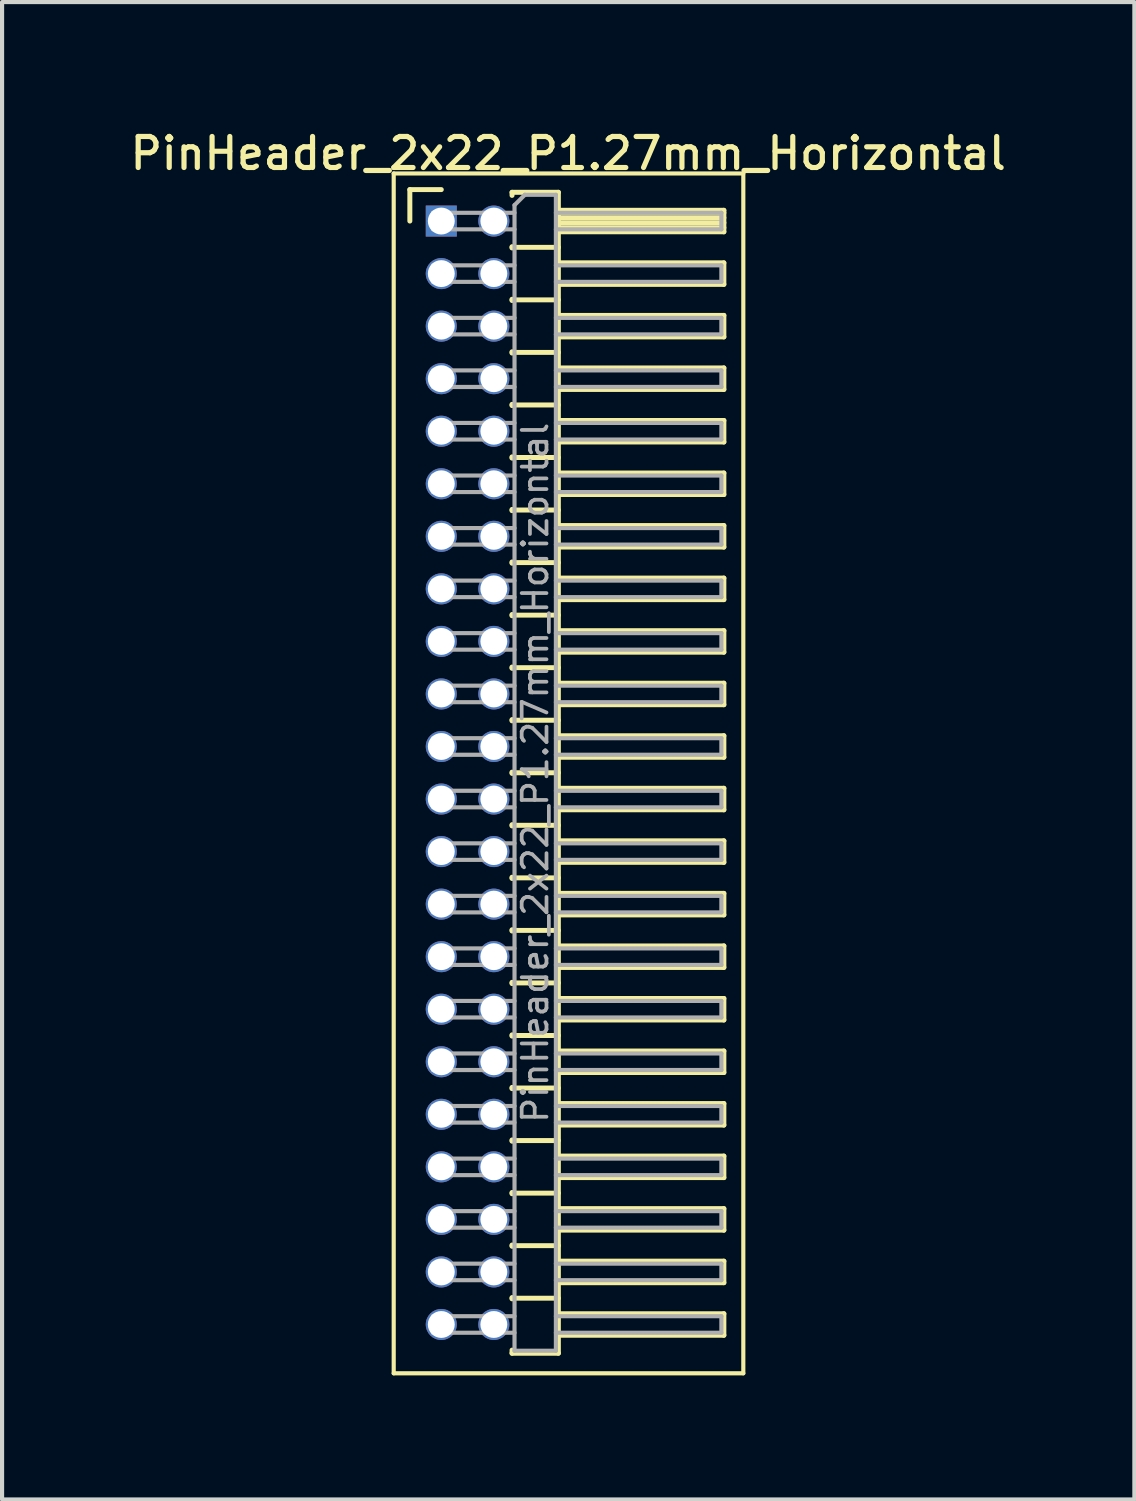
<source format=kicad_pcb>
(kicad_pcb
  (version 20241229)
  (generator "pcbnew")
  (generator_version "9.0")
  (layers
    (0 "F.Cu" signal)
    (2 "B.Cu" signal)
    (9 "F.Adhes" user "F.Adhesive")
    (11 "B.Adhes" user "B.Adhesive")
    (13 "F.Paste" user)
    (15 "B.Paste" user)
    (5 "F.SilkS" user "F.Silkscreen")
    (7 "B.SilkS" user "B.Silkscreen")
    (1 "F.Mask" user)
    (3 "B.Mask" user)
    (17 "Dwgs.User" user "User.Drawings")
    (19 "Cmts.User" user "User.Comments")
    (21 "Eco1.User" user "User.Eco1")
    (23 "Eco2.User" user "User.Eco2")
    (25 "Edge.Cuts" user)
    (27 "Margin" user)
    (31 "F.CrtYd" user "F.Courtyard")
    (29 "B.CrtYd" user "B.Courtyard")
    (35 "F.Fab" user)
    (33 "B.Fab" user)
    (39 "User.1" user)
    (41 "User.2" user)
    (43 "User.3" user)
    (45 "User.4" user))
  (footprint "PinHeader_2x22_P1.27mm_Horizontal"
    (layer "F.Cu")
    (at 7.616 2.293)
    (property "Reference" "PinHeader_2x22_P1.27mm_Horizontal" (at 3.067 -1.635 0) (layer "F.SilkS") (effects (font (size 0.75 0.75) (thickness 0.125))))
    (attr through_hole)
    (fp_line (start -1.15 -1.15) (end -1.15 27.85) (stroke (width 0.1) (type solid)) (layer "F.SilkS"))
    (fp_line (start -1.15 27.85) (end 7.3 27.85) (stroke (width 0.1) (type solid)) (layer "F.SilkS"))
    (fp_line (start -0.76 -0.76) (end 0 -0.76) (stroke (width 0.12) (type solid)) (layer "F.SilkS"))
    (fp_line (start -0.76 0) (end -0.76 -0.76) (stroke (width 0.12) (type solid)) (layer "F.SilkS"))
    (fp_line (start 1.71 -0.695) (end 2.83 -0.695) (stroke (width 0.12) (type solid)) (layer "F.SilkS"))
    (fp_line (start 1.71 -0.62) (end 1.71 -0.695) (stroke (width 0.12) (type solid)) (layer "F.SilkS"))
    (fp_line (start 1.71 0.62) (end 1.71 0.65) (stroke (width 0.12) (type solid)) (layer "F.SilkS"))
    (fp_line (start 1.71 0.635) (end 2.83 0.635) (stroke (width 0.12) (type solid)) (layer "F.SilkS"))
    (fp_line (start 1.71 1.89) (end 1.71 1.92) (stroke (width 0.12) (type solid)) (layer "F.SilkS"))
    (fp_line (start 1.71 1.905) (end 2.83 1.905) (stroke (width 0.12) (type solid)) (layer "F.SilkS"))
    (fp_line (start 1.71 3.16) (end 1.71 3.19) (stroke (width 0.12) (type solid)) (layer "F.SilkS"))
    (fp_line (start 1.71 3.175) (end 2.83 3.175) (stroke (width 0.12) (type solid)) (layer "F.SilkS"))
    (fp_line (start 1.71 4.43) (end 1.71 4.46) (stroke (width 0.12) (type solid)) (layer "F.SilkS"))
    (fp_line (start 1.71 4.445) (end 2.83 4.445) (stroke (width 0.12) (type solid)) (layer "F.SilkS"))
    (fp_line (start 1.71 5.7) (end 1.71 5.73) (stroke (width 0.12) (type solid)) (layer "F.SilkS"))
    (fp_line (start 1.71 5.715) (end 2.83 5.715) (stroke (width 0.12) (type solid)) (layer "F.SilkS"))
    (fp_line (start 1.71 6.97) (end 1.71 7) (stroke (width 0.12) (type solid)) (layer "F.SilkS"))
    (fp_line (start 1.71 6.985) (end 2.83 6.985) (stroke (width 0.12) (type solid)) (layer "F.SilkS"))
    (fp_line (start 1.71 8.24) (end 1.71 8.27) (stroke (width 0.12) (type solid)) (layer "F.SilkS"))
    (fp_line (start 1.71 8.255) (end 2.83 8.255) (stroke (width 0.12) (type solid)) (layer "F.SilkS"))
    (fp_line (start 1.71 9.51) (end 1.71 9.54) (stroke (width 0.12) (type solid)) (layer "F.SilkS"))
    (fp_line (start 1.71 9.525) (end 2.83 9.525) (stroke (width 0.12) (type solid)) (layer "F.SilkS"))
    (fp_line (start 1.71 10.78) (end 1.71 10.81) (stroke (width 0.12) (type solid)) (layer "F.SilkS"))
    (fp_line (start 1.71 10.795) (end 2.83 10.795) (stroke (width 0.12) (type solid)) (layer "F.SilkS"))
    (fp_line (start 1.71 12.05) (end 1.71 12.08) (stroke (width 0.12) (type solid)) (layer "F.SilkS"))
    (fp_line (start 1.71 12.065) (end 2.83 12.065) (stroke (width 0.12) (type solid)) (layer "F.SilkS"))
    (fp_line (start 1.71 13.32) (end 1.71 13.35) (stroke (width 0.12) (type solid)) (layer "F.SilkS"))
    (fp_line (start 1.71 13.335) (end 2.83 13.335) (stroke (width 0.12) (type solid)) (layer "F.SilkS"))
    (fp_line (start 1.71 14.59) (end 1.71 14.62) (stroke (width 0.12) (type solid)) (layer "F.SilkS"))
    (fp_line (start 1.71 14.605) (end 2.83 14.605) (stroke (width 0.12) (type solid)) (layer "F.SilkS"))
    (fp_line (start 1.71 15.86) (end 1.71 15.89) (stroke (width 0.12) (type solid)) (layer "F.SilkS"))
    (fp_line (start 1.71 15.875) (end 2.83 15.875) (stroke (width 0.12) (type solid)) (layer "F.SilkS"))
    (fp_line (start 1.71 17.13) (end 1.71 17.16) (stroke (width 0.12) (type solid)) (layer "F.SilkS"))
    (fp_line (start 1.71 17.145) (end 2.83 17.145) (stroke (width 0.12) (type solid)) (layer "F.SilkS"))
    (fp_line (start 1.71 18.4) (end 1.71 18.43) (stroke (width 0.12) (type solid)) (layer "F.SilkS"))
    (fp_line (start 1.71 18.415) (end 2.83 18.415) (stroke (width 0.12) (type solid)) (layer "F.SilkS"))
    (fp_line (start 1.71 19.67) (end 1.71 19.7) (stroke (width 0.12) (type solid)) (layer "F.SilkS"))
    (fp_line (start 1.71 19.685) (end 2.83 19.685) (stroke (width 0.12) (type solid)) (layer "F.SilkS"))
    (fp_line (start 1.71 20.94) (end 1.71 20.97) (stroke (width 0.12) (type solid)) (layer "F.SilkS"))
    (fp_line (start 1.71 20.955) (end 2.83 20.955) (stroke (width 0.12) (type solid)) (layer "F.SilkS"))
    (fp_line (start 1.71 22.21) (end 1.71 22.24) (stroke (width 0.12) (type solid)) (layer "F.SilkS"))
    (fp_line (start 1.71 22.225) (end 2.83 22.225) (stroke (width 0.12) (type solid)) (layer "F.SilkS"))
    (fp_line (start 1.71 23.48) (end 1.71 23.51) (stroke (width 0.12) (type solid)) (layer "F.SilkS"))
    (fp_line (start 1.71 23.495) (end 2.83 23.495) (stroke (width 0.12) (type solid)) (layer "F.SilkS"))
    (fp_line (start 1.71 24.75) (end 1.71 24.78) (stroke (width 0.12) (type solid)) (layer "F.SilkS"))
    (fp_line (start 1.71 24.765) (end 2.83 24.765) (stroke (width 0.12) (type solid)) (layer "F.SilkS"))
    (fp_line (start 1.71 26.02) (end 1.71 26.05) (stroke (width 0.12) (type solid)) (layer "F.SilkS"))
    (fp_line (start 1.71 26.035) (end 2.83 26.035) (stroke (width 0.12) (type solid)) (layer "F.SilkS"))
    (fp_line (start 1.71 27.365) (end 1.71 27.29) (stroke (width 0.12) (type solid)) (layer "F.SilkS"))
    (fp_line (start 2.83 -0.695) (end 2.83 27.365) (stroke (width 0.12) (type solid)) (layer "F.SilkS"))
    (fp_line (start 2.83 -0.26) (end 6.83 -0.26) (stroke (width 0.12) (type solid)) (layer "F.SilkS"))
    (fp_line (start 2.83 -0.2) (end 6.83 -0.2) (stroke (width 0.12) (type solid)) (layer "F.SilkS"))
    (fp_line (start 2.83 -0.08) (end 6.83 -0.08) (stroke (width 0.12) (type solid)) (layer "F.SilkS"))
    (fp_line (start 2.83 0.04) (end 6.83 0.04) (stroke (width 0.12) (type solid)) (layer "F.SilkS"))
    (fp_line (start 2.83 0.16) (end 6.83 0.16) (stroke (width 0.12) (type solid)) (layer "F.SilkS"))
    (fp_line (start 2.83 1.01) (end 6.83 1.01) (stroke (width 0.12) (type solid)) (layer "F.SilkS"))
    (fp_line (start 2.83 2.28) (end 6.83 2.28) (stroke (width 0.12) (type solid)) (layer "F.SilkS"))
    (fp_line (start 2.83 3.55) (end 6.83 3.55) (stroke (width 0.12) (type solid)) (layer "F.SilkS"))
    (fp_line (start 2.83 4.82) (end 6.83 4.82) (stroke (width 0.12) (type solid)) (layer "F.SilkS"))
    (fp_line (start 2.83 6.09) (end 6.83 6.09) (stroke (width 0.12) (type solid)) (layer "F.SilkS"))
    (fp_line (start 2.83 7.36) (end 6.83 7.36) (stroke (width 0.12) (type solid)) (layer "F.SilkS"))
    (fp_line (start 2.83 8.63) (end 6.83 8.63) (stroke (width 0.12) (type solid)) (layer "F.SilkS"))
    (fp_line (start 2.83 9.9) (end 6.83 9.9) (stroke (width 0.12) (type solid)) (layer "F.SilkS"))
    (fp_line (start 2.83 11.17) (end 6.83 11.17) (stroke (width 0.12) (type solid)) (layer "F.SilkS"))
    (fp_line (start 2.83 12.44) (end 6.83 12.44) (stroke (width 0.12) (type solid)) (layer "F.SilkS"))
    (fp_line (start 2.83 13.71) (end 6.83 13.71) (stroke (width 0.12) (type solid)) (layer "F.SilkS"))
    (fp_line (start 2.83 14.98) (end 6.83 14.98) (stroke (width 0.12) (type solid)) (layer "F.SilkS"))
    (fp_line (start 2.83 16.25) (end 6.83 16.25) (stroke (width 0.12) (type solid)) (layer "F.SilkS"))
    (fp_line (start 2.83 17.52) (end 6.83 17.52) (stroke (width 0.12) (type solid)) (layer "F.SilkS"))
    (fp_line (start 2.83 18.79) (end 6.83 18.79) (stroke (width 0.12) (type solid)) (layer "F.SilkS"))
    (fp_line (start 2.83 20.06) (end 6.83 20.06) (stroke (width 0.12) (type solid)) (layer "F.SilkS"))
    (fp_line (start 2.83 21.33) (end 6.83 21.33) (stroke (width 0.12) (type solid)) (layer "F.SilkS"))
    (fp_line (start 2.83 22.6) (end 6.83 22.6) (stroke (width 0.12) (type solid)) (layer "F.SilkS"))
    (fp_line (start 2.83 23.87) (end 6.83 23.87) (stroke (width 0.12) (type solid)) (layer "F.SilkS"))
    (fp_line (start 2.83 25.14) (end 6.83 25.14) (stroke (width 0.12) (type solid)) (layer "F.SilkS"))
    (fp_line (start 2.83 26.41) (end 6.83 26.41) (stroke (width 0.12) (type solid)) (layer "F.SilkS"))
    (fp_line (start 2.83 27.365) (end 1.71 27.365) (stroke (width 0.12) (type solid)) (layer "F.SilkS"))
    (fp_line (start 6.83 -0.26) (end 6.83 0.26) (stroke (width 0.12) (type solid)) (layer "F.SilkS"))
    (fp_line (start 6.83 0.26) (end 2.83 0.26) (stroke (width 0.12) (type solid)) (layer "F.SilkS"))
    (fp_line (start 6.83 1.01) (end 6.83 1.53) (stroke (width 0.12) (type solid)) (layer "F.SilkS"))
    (fp_line (start 6.83 1.53) (end 2.83 1.53) (stroke (width 0.12) (type solid)) (layer "F.SilkS"))
    (fp_line (start 6.83 2.28) (end 6.83 2.8) (stroke (width 0.12) (type solid)) (layer "F.SilkS"))
    (fp_line (start 6.83 2.8) (end 2.83 2.8) (stroke (width 0.12) (type solid)) (layer "F.SilkS"))
    (fp_line (start 6.83 3.55) (end 6.83 4.07) (stroke (width 0.12) (type solid)) (layer "F.SilkS"))
    (fp_line (start 6.83 4.07) (end 2.83 4.07) (stroke (width 0.12) (type solid)) (layer "F.SilkS"))
    (fp_line (start 6.83 4.82) (end 6.83 5.34) (stroke (width 0.12) (type solid)) (layer "F.SilkS"))
    (fp_line (start 6.83 5.34) (end 2.83 5.34) (stroke (width 0.12) (type solid)) (layer "F.SilkS"))
    (fp_line (start 6.83 6.09) (end 6.83 6.61) (stroke (width 0.12) (type solid)) (layer "F.SilkS"))
    (fp_line (start 6.83 6.61) (end 2.83 6.61) (stroke (width 0.12) (type solid)) (layer "F.SilkS"))
    (fp_line (start 6.83 7.36) (end 6.83 7.88) (stroke (width 0.12) (type solid)) (layer "F.SilkS"))
    (fp_line (start 6.83 7.88) (end 2.83 7.88) (stroke (width 0.12) (type solid)) (layer "F.SilkS"))
    (fp_line (start 6.83 8.63) (end 6.83 9.15) (stroke (width 0.12) (type solid)) (layer "F.SilkS"))
    (fp_line (start 6.83 9.15) (end 2.83 9.15) (stroke (width 0.12) (type solid)) (layer "F.SilkS"))
    (fp_line (start 6.83 9.9) (end 6.83 10.42) (stroke (width 0.12) (type solid)) (layer "F.SilkS"))
    (fp_line (start 6.83 10.42) (end 2.83 10.42) (stroke (width 0.12) (type solid)) (layer "F.SilkS"))
    (fp_line (start 6.83 11.17) (end 6.83 11.69) (stroke (width 0.12) (type solid)) (layer "F.SilkS"))
    (fp_line (start 6.83 11.69) (end 2.83 11.69) (stroke (width 0.12) (type solid)) (layer "F.SilkS"))
    (fp_line (start 6.83 12.44) (end 6.83 12.96) (stroke (width 0.12) (type solid)) (layer "F.SilkS"))
    (fp_line (start 6.83 12.96) (end 2.83 12.96) (stroke (width 0.12) (type solid)) (layer "F.SilkS"))
    (fp_line (start 6.83 13.71) (end 6.83 14.23) (stroke (width 0.12) (type solid)) (layer "F.SilkS"))
    (fp_line (start 6.83 14.23) (end 2.83 14.23) (stroke (width 0.12) (type solid)) (layer "F.SilkS"))
    (fp_line (start 6.83 14.98) (end 6.83 15.5) (stroke (width 0.12) (type solid)) (layer "F.SilkS"))
    (fp_line (start 6.83 15.5) (end 2.83 15.5) (stroke (width 0.12) (type solid)) (layer "F.SilkS"))
    (fp_line (start 6.83 16.25) (end 6.83 16.77) (stroke (width 0.12) (type solid)) (layer "F.SilkS"))
    (fp_line (start 6.83 16.77) (end 2.83 16.77) (stroke (width 0.12) (type solid)) (layer "F.SilkS"))
    (fp_line (start 6.83 17.52) (end 6.83 18.04) (stroke (width 0.12) (type solid)) (layer "F.SilkS"))
    (fp_line (start 6.83 18.04) (end 2.83 18.04) (stroke (width 0.12) (type solid)) (layer "F.SilkS"))
    (fp_line (start 6.83 18.79) (end 6.83 19.31) (stroke (width 0.12) (type solid)) (layer "F.SilkS"))
    (fp_line (start 6.83 19.31) (end 2.83 19.31) (stroke (width 0.12) (type solid)) (layer "F.SilkS"))
    (fp_line (start 6.83 20.06) (end 6.83 20.58) (stroke (width 0.12) (type solid)) (layer "F.SilkS"))
    (fp_line (start 6.83 20.58) (end 2.83 20.58) (stroke (width 0.12) (type solid)) (layer "F.SilkS"))
    (fp_line (start 6.83 21.33) (end 6.83 21.85) (stroke (width 0.12) (type solid)) (layer "F.SilkS"))
    (fp_line (start 6.83 21.85) (end 2.83 21.85) (stroke (width 0.12) (type solid)) (layer "F.SilkS"))
    (fp_line (start 6.83 22.6) (end 6.83 23.12) (stroke (width 0.12) (type solid)) (layer "F.SilkS"))
    (fp_line (start 6.83 23.12) (end 2.83 23.12) (stroke (width 0.12) (type solid)) (layer "F.SilkS"))
    (fp_line (start 6.83 23.87) (end 6.83 24.39) (stroke (width 0.12) (type solid)) (layer "F.SilkS"))
    (fp_line (start 6.83 24.39) (end 2.83 24.39) (stroke (width 0.12) (type solid)) (layer "F.SilkS"))
    (fp_line (start 6.83 25.14) (end 6.83 25.66) (stroke (width 0.12) (type solid)) (layer "F.SilkS"))
    (fp_line (start 6.83 25.66) (end 2.83 25.66) (stroke (width 0.12) (type solid)) (layer "F.SilkS"))
    (fp_line (start 6.83 26.41) (end 6.83 26.93) (stroke (width 0.12) (type solid)) (layer "F.SilkS"))
    (fp_line (start 6.83 26.93) (end 2.83 26.93) (stroke (width 0.12) (type solid)) (layer "F.SilkS"))
    (fp_line (start 7.3 -1.15) (end -1.15 -1.15) (stroke (width 0.1) (type solid)) (layer "F.SilkS"))
    (fp_line (start 7.3 27.85) (end 7.3 -1.15) (stroke (width 0.1) (type solid)) (layer "F.SilkS"))
    (fp_line (start -0.2 -0.2) (end -0.2 0.2) (stroke (width 0.1) (type solid)) (layer "F.Fab"))
    (fp_line (start -0.2 -0.2) (end 1.77 -0.2) (stroke (width 0.1) (type solid)) (layer "F.Fab"))
    (fp_line (start -0.2 0.2) (end 1.77 0.2) (stroke (width 0.1) (type solid)) (layer "F.Fab"))
    (fp_line (start -0.2 1.07) (end -0.2 1.47) (stroke (width 0.1) (type solid)) (layer "F.Fab"))
    (fp_line (start -0.2 1.07) (end 1.77 1.07) (stroke (width 0.1) (type solid)) (layer "F.Fab"))
    (fp_line (start -0.2 1.47) (end 1.77 1.47) (stroke (width 0.1) (type solid)) (layer "F.Fab"))
    (fp_line (start -0.2 2.34) (end -0.2 2.74) (stroke (width 0.1) (type solid)) (layer "F.Fab"))
    (fp_line (start -0.2 2.34) (end 1.77 2.34) (stroke (width 0.1) (type solid)) (layer "F.Fab"))
    (fp_line (start -0.2 2.74) (end 1.77 2.74) (stroke (width 0.1) (type solid)) (layer "F.Fab"))
    (fp_line (start -0.2 3.61) (end -0.2 4.01) (stroke (width 0.1) (type solid)) (layer "F.Fab"))
    (fp_line (start -0.2 3.61) (end 1.77 3.61) (stroke (width 0.1) (type solid)) (layer "F.Fab"))
    (fp_line (start -0.2 4.01) (end 1.77 4.01) (stroke (width 0.1) (type solid)) (layer "F.Fab"))
    (fp_line (start -0.2 4.88) (end -0.2 5.28) (stroke (width 0.1) (type solid)) (layer "F.Fab"))
    (fp_line (start -0.2 4.88) (end 1.77 4.88) (stroke (width 0.1) (type solid)) (layer "F.Fab"))
    (fp_line (start -0.2 5.28) (end 1.77 5.28) (stroke (width 0.1) (type solid)) (layer "F.Fab"))
    (fp_line (start -0.2 6.15) (end -0.2 6.55) (stroke (width 0.1) (type solid)) (layer "F.Fab"))
    (fp_line (start -0.2 6.15) (end 1.77 6.15) (stroke (width 0.1) (type solid)) (layer "F.Fab"))
    (fp_line (start -0.2 6.55) (end 1.77 6.55) (stroke (width 0.1) (type solid)) (layer "F.Fab"))
    (fp_line (start -0.2 7.42) (end -0.2 7.82) (stroke (width 0.1) (type solid)) (layer "F.Fab"))
    (fp_line (start -0.2 7.42) (end 1.77 7.42) (stroke (width 0.1) (type solid)) (layer "F.Fab"))
    (fp_line (start -0.2 7.82) (end 1.77 7.82) (stroke (width 0.1) (type solid)) (layer "F.Fab"))
    (fp_line (start -0.2 8.69) (end -0.2 9.09) (stroke (width 0.1) (type solid)) (layer "F.Fab"))
    (fp_line (start -0.2 8.69) (end 1.77 8.69) (stroke (width 0.1) (type solid)) (layer "F.Fab"))
    (fp_line (start -0.2 9.09) (end 1.77 9.09) (stroke (width 0.1) (type solid)) (layer "F.Fab"))
    (fp_line (start -0.2 9.96) (end -0.2 10.36) (stroke (width 0.1) (type solid)) (layer "F.Fab"))
    (fp_line (start -0.2 9.96) (end 1.77 9.96) (stroke (width 0.1) (type solid)) (layer "F.Fab"))
    (fp_line (start -0.2 10.36) (end 1.77 10.36) (stroke (width 0.1) (type solid)) (layer "F.Fab"))
    (fp_line (start -0.2 11.23) (end -0.2 11.63) (stroke (width 0.1) (type solid)) (layer "F.Fab"))
    (fp_line (start -0.2 11.23) (end 1.77 11.23) (stroke (width 0.1) (type solid)) (layer "F.Fab"))
    (fp_line (start -0.2 11.63) (end 1.77 11.63) (stroke (width 0.1) (type solid)) (layer "F.Fab"))
    (fp_line (start -0.2 12.5) (end -0.2 12.9) (stroke (width 0.1) (type solid)) (layer "F.Fab"))
    (fp_line (start -0.2 12.5) (end 1.77 12.5) (stroke (width 0.1) (type solid)) (layer "F.Fab"))
    (fp_line (start -0.2 12.9) (end 1.77 12.9) (stroke (width 0.1) (type solid)) (layer "F.Fab"))
    (fp_line (start -0.2 13.77) (end -0.2 14.17) (stroke (width 0.1) (type solid)) (layer "F.Fab"))
    (fp_line (start -0.2 13.77) (end 1.77 13.77) (stroke (width 0.1) (type solid)) (layer "F.Fab"))
    (fp_line (start -0.2 14.17) (end 1.77 14.17) (stroke (width 0.1) (type solid)) (layer "F.Fab"))
    (fp_line (start -0.2 15.04) (end -0.2 15.44) (stroke (width 0.1) (type solid)) (layer "F.Fab"))
    (fp_line (start -0.2 15.04) (end 1.77 15.04) (stroke (width 0.1) (type solid)) (layer "F.Fab"))
    (fp_line (start -0.2 15.44) (end 1.77 15.44) (stroke (width 0.1) (type solid)) (layer "F.Fab"))
    (fp_line (start -0.2 16.31) (end -0.2 16.71) (stroke (width 0.1) (type solid)) (layer "F.Fab"))
    (fp_line (start -0.2 16.31) (end 1.77 16.31) (stroke (width 0.1) (type solid)) (layer "F.Fab"))
    (fp_line (start -0.2 16.71) (end 1.77 16.71) (stroke (width 0.1) (type solid)) (layer "F.Fab"))
    (fp_line (start -0.2 17.58) (end -0.2 17.98) (stroke (width 0.1) (type solid)) (layer "F.Fab"))
    (fp_line (start -0.2 17.58) (end 1.77 17.58) (stroke (width 0.1) (type solid)) (layer "F.Fab"))
    (fp_line (start -0.2 17.98) (end 1.77 17.98) (stroke (width 0.1) (type solid)) (layer "F.Fab"))
    (fp_line (start -0.2 18.85) (end -0.2 19.25) (stroke (width 0.1) (type solid)) (layer "F.Fab"))
    (fp_line (start -0.2 18.85) (end 1.77 18.85) (stroke (width 0.1) (type solid)) (layer "F.Fab"))
    (fp_line (start -0.2 19.25) (end 1.77 19.25) (stroke (width 0.1) (type solid)) (layer "F.Fab"))
    (fp_line (start -0.2 20.12) (end -0.2 20.52) (stroke (width 0.1) (type solid)) (layer "F.Fab"))
    (fp_line (start -0.2 20.12) (end 1.77 20.12) (stroke (width 0.1) (type solid)) (layer "F.Fab"))
    (fp_line (start -0.2 20.52) (end 1.77 20.52) (stroke (width 0.1) (type solid)) (layer "F.Fab"))
    (fp_line (start -0.2 21.39) (end -0.2 21.79) (stroke (width 0.1) (type solid)) (layer "F.Fab"))
    (fp_line (start -0.2 21.39) (end 1.77 21.39) (stroke (width 0.1) (type solid)) (layer "F.Fab"))
    (fp_line (start -0.2 21.79) (end 1.77 21.79) (stroke (width 0.1) (type solid)) (layer "F.Fab"))
    (fp_line (start -0.2 22.66) (end -0.2 23.06) (stroke (width 0.1) (type solid)) (layer "F.Fab"))
    (fp_line (start -0.2 22.66) (end 1.77 22.66) (stroke (width 0.1) (type solid)) (layer "F.Fab"))
    (fp_line (start -0.2 23.06) (end 1.77 23.06) (stroke (width 0.1) (type solid)) (layer "F.Fab"))
    (fp_line (start -0.2 23.93) (end -0.2 24.33) (stroke (width 0.1) (type solid)) (layer "F.Fab"))
    (fp_line (start -0.2 23.93) (end 1.77 23.93) (stroke (width 0.1) (type solid)) (layer "F.Fab"))
    (fp_line (start -0.2 24.33) (end 1.77 24.33) (stroke (width 0.1) (type solid)) (layer "F.Fab"))
    (fp_line (start -0.2 25.2) (end -0.2 25.6) (stroke (width 0.1) (type solid)) (layer "F.Fab"))
    (fp_line (start -0.2 25.2) (end 1.77 25.2) (stroke (width 0.1) (type solid)) (layer "F.Fab"))
    (fp_line (start -0.2 25.6) (end 1.77 25.6) (stroke (width 0.1) (type solid)) (layer "F.Fab"))
    (fp_line (start -0.2 26.47) (end -0.2 26.87) (stroke (width 0.1) (type solid)) (layer "F.Fab"))
    (fp_line (start -0.2 26.47) (end 1.77 26.47) (stroke (width 0.1) (type solid)) (layer "F.Fab"))
    (fp_line (start -0.2 26.87) (end 1.77 26.87) (stroke (width 0.1) (type solid)) (layer "F.Fab"))
    (fp_line (start 1.77 -0.385) (end 2.02 -0.635) (stroke (width 0.1) (type solid)) (layer "F.Fab"))
    (fp_line (start 1.77 27.305) (end 1.77 -0.385) (stroke (width 0.1) (type solid)) (layer "F.Fab"))
    (fp_line (start 2.02 -0.635) (end 2.77 -0.635) (stroke (width 0.1) (type solid)) (layer "F.Fab"))
    (fp_line (start 2.77 -0.635) (end 2.77 27.305) (stroke (width 0.1) (type solid)) (layer "F.Fab"))
    (fp_line (start 2.77 -0.2) (end 6.77 -0.2) (stroke (width 0.1) (type solid)) (layer "F.Fab"))
    (fp_line (start 2.77 0.2) (end 6.77 0.2) (stroke (width 0.1) (type solid)) (layer "F.Fab"))
    (fp_line (start 2.77 1.07) (end 6.77 1.07) (stroke (width 0.1) (type solid)) (layer "F.Fab"))
    (fp_line (start 2.77 1.47) (end 6.77 1.47) (stroke (width 0.1) (type solid)) (layer "F.Fab"))
    (fp_line (start 2.77 2.34) (end 6.77 2.34) (stroke (width 0.1) (type solid)) (layer "F.Fab"))
    (fp_line (start 2.77 2.74) (end 6.77 2.74) (stroke (width 0.1) (type solid)) (layer "F.Fab"))
    (fp_line (start 2.77 3.61) (end 6.77 3.61) (stroke (width 0.1) (type solid)) (layer "F.Fab"))
    (fp_line (start 2.77 4.01) (end 6.77 4.01) (stroke (width 0.1) (type solid)) (layer "F.Fab"))
    (fp_line (start 2.77 4.88) (end 6.77 4.88) (stroke (width 0.1) (type solid)) (layer "F.Fab"))
    (fp_line (start 2.77 5.28) (end 6.77 5.28) (stroke (width 0.1) (type solid)) (layer "F.Fab"))
    (fp_line (start 2.77 6.15) (end 6.77 6.15) (stroke (width 0.1) (type solid)) (layer "F.Fab"))
    (fp_line (start 2.77 6.55) (end 6.77 6.55) (stroke (width 0.1) (type solid)) (layer "F.Fab"))
    (fp_line (start 2.77 7.42) (end 6.77 7.42) (stroke (width 0.1) (type solid)) (layer "F.Fab"))
    (fp_line (start 2.77 7.82) (end 6.77 7.82) (stroke (width 0.1) (type solid)) (layer "F.Fab"))
    (fp_line (start 2.77 8.69) (end 6.77 8.69) (stroke (width 0.1) (type solid)) (layer "F.Fab"))
    (fp_line (start 2.77 9.09) (end 6.77 9.09) (stroke (width 0.1) (type solid)) (layer "F.Fab"))
    (fp_line (start 2.77 9.96) (end 6.77 9.96) (stroke (width 0.1) (type solid)) (layer "F.Fab"))
    (fp_line (start 2.77 10.36) (end 6.77 10.36) (stroke (width 0.1) (type solid)) (layer "F.Fab"))
    (fp_line (start 2.77 11.23) (end 6.77 11.23) (stroke (width 0.1) (type solid)) (layer "F.Fab"))
    (fp_line (start 2.77 11.63) (end 6.77 11.63) (stroke (width 0.1) (type solid)) (layer "F.Fab"))
    (fp_line (start 2.77 12.5) (end 6.77 12.5) (stroke (width 0.1) (type solid)) (layer "F.Fab"))
    (fp_line (start 2.77 12.9) (end 6.77 12.9) (stroke (width 0.1) (type solid)) (layer "F.Fab"))
    (fp_line (start 2.77 13.77) (end 6.77 13.77) (stroke (width 0.1) (type solid)) (layer "F.Fab"))
    (fp_line (start 2.77 14.17) (end 6.77 14.17) (stroke (width 0.1) (type solid)) (layer "F.Fab"))
    (fp_line (start 2.77 15.04) (end 6.77 15.04) (stroke (width 0.1) (type solid)) (layer "F.Fab"))
    (fp_line (start 2.77 15.44) (end 6.77 15.44) (stroke (width 0.1) (type solid)) (layer "F.Fab"))
    (fp_line (start 2.77 16.31) (end 6.77 16.31) (stroke (width 0.1) (type solid)) (layer "F.Fab"))
    (fp_line (start 2.77 16.71) (end 6.77 16.71) (stroke (width 0.1) (type solid)) (layer "F.Fab"))
    (fp_line (start 2.77 17.58) (end 6.77 17.58) (stroke (width 0.1) (type solid)) (layer "F.Fab"))
    (fp_line (start 2.77 17.98) (end 6.77 17.98) (stroke (width 0.1) (type solid)) (layer "F.Fab"))
    (fp_line (start 2.77 18.85) (end 6.77 18.85) (stroke (width 0.1) (type solid)) (layer "F.Fab"))
    (fp_line (start 2.77 19.25) (end 6.77 19.25) (stroke (width 0.1) (type solid)) (layer "F.Fab"))
    (fp_line (start 2.77 20.12) (end 6.77 20.12) (stroke (width 0.1) (type solid)) (layer "F.Fab"))
    (fp_line (start 2.77 20.52) (end 6.77 20.52) (stroke (width 0.1) (type solid)) (layer "F.Fab"))
    (fp_line (start 2.77 21.39) (end 6.77 21.39) (stroke (width 0.1) (type solid)) (layer "F.Fab"))
    (fp_line (start 2.77 21.79) (end 6.77 21.79) (stroke (width 0.1) (type solid)) (layer "F.Fab"))
    (fp_line (start 2.77 22.66) (end 6.77 22.66) (stroke (width 0.1) (type solid)) (layer "F.Fab"))
    (fp_line (start 2.77 23.06) (end 6.77 23.06) (stroke (width 0.1) (type solid)) (layer "F.Fab"))
    (fp_line (start 2.77 23.93) (end 6.77 23.93) (stroke (width 0.1) (type solid)) (layer "F.Fab"))
    (fp_line (start 2.77 24.33) (end 6.77 24.33) (stroke (width 0.1) (type solid)) (layer "F.Fab"))
    (fp_line (start 2.77 25.2) (end 6.77 25.2) (stroke (width 0.1) (type solid)) (layer "F.Fab"))
    (fp_line (start 2.77 25.6) (end 6.77 25.6) (stroke (width 0.1) (type solid)) (layer "F.Fab"))
    (fp_line (start 2.77 26.47) (end 6.77 26.47) (stroke (width 0.1) (type solid)) (layer "F.Fab"))
    (fp_line (start 2.77 26.87) (end 6.77 26.87) (stroke (width 0.1) (type solid)) (layer "F.Fab"))
    (fp_line (start 2.77 27.305) (end 1.77 27.305) (stroke (width 0.1) (type solid)) (layer "F.Fab"))
    (fp_line (start 6.77 -0.2) (end 6.77 0.2) (stroke (width 0.1) (type solid)) (layer "F.Fab"))
    (fp_line (start 6.77 1.07) (end 6.77 1.47) (stroke (width 0.1) (type solid)) (layer "F.Fab"))
    (fp_line (start 6.77 2.34) (end 6.77 2.74) (stroke (width 0.1) (type solid)) (layer "F.Fab"))
    (fp_line (start 6.77 3.61) (end 6.77 4.01) (stroke (width 0.1) (type solid)) (layer "F.Fab"))
    (fp_line (start 6.77 4.88) (end 6.77 5.28) (stroke (width 0.1) (type solid)) (layer "F.Fab"))
    (fp_line (start 6.77 6.15) (end 6.77 6.55) (stroke (width 0.1) (type solid)) (layer "F.Fab"))
    (fp_line (start 6.77 7.42) (end 6.77 7.82) (stroke (width 0.1) (type solid)) (layer "F.Fab"))
    (fp_line (start 6.77 8.69) (end 6.77 9.09) (stroke (width 0.1) (type solid)) (layer "F.Fab"))
    (fp_line (start 6.77 9.96) (end 6.77 10.36) (stroke (width 0.1) (type solid)) (layer "F.Fab"))
    (fp_line (start 6.77 11.23) (end 6.77 11.63) (stroke (width 0.1) (type solid)) (layer "F.Fab"))
    (fp_line (start 6.77 12.5) (end 6.77 12.9) (stroke (width 0.1) (type solid)) (layer "F.Fab"))
    (fp_line (start 6.77 13.77) (end 6.77 14.17) (stroke (width 0.1) (type solid)) (layer "F.Fab"))
    (fp_line (start 6.77 15.04) (end 6.77 15.44) (stroke (width 0.1) (type solid)) (layer "F.Fab"))
    (fp_line (start 6.77 16.31) (end 6.77 16.71) (stroke (width 0.1) (type solid)) (layer "F.Fab"))
    (fp_line (start 6.77 17.58) (end 6.77 17.98) (stroke (width 0.1) (type solid)) (layer "F.Fab"))
    (fp_line (start 6.77 18.85) (end 6.77 19.25) (stroke (width 0.1) (type solid)) (layer "F.Fab"))
    (fp_line (start 6.77 20.12) (end 6.77 20.52) (stroke (width 0.1) (type solid)) (layer "F.Fab"))
    (fp_line (start 6.77 21.39) (end 6.77 21.79) (stroke (width 0.1) (type solid)) (layer "F.Fab"))
    (fp_line (start 6.77 22.66) (end 6.77 23.06) (stroke (width 0.1) (type solid)) (layer "F.Fab"))
    (fp_line (start 6.77 23.93) (end 6.77 24.33) (stroke (width 0.1) (type solid)) (layer "F.Fab"))
    (fp_line (start 6.77 25.2) (end 6.77 25.6) (stroke (width 0.1) (type solid)) (layer "F.Fab"))
    (fp_line (start 6.77 26.47) (end 6.77 26.87) (stroke (width 0.1) (type solid)) (layer "F.Fab"))
    (fp_text user "${REFERENCE}" (at 2.27 13.335 90) (layer "F.Fab") (effects (font (size 0.6 0.6) (thickness 0.09))))
    (pad "1" thru_hole rect (at 0 0) (size 0.75 0.75) (drill 0.65) (layers "*.Cu" "*.Mask"))
    (pad "2" thru_hole oval (at 1.27 0) (size 0.75 0.75) (drill 0.65) (layers "*.Cu" "*.Mask"))
    (pad "3" thru_hole oval (at 0 1.27) (size 0.75 0.75) (drill 0.65) (layers "*.Cu" "*.Mask"))
    (pad "4" thru_hole oval (at 1.27 1.27) (size 0.75 0.75) (drill 0.65) (layers "*.Cu" "*.Mask"))
    (pad "5" thru_hole oval (at 0 2.54) (size 0.75 0.75) (drill 0.65) (layers "*.Cu" "*.Mask"))
    (pad "6" thru_hole oval (at 1.27 2.54) (size 0.75 0.75) (drill 0.65) (layers "*.Cu" "*.Mask"))
    (pad "7" thru_hole oval (at 0 3.81) (size 0.75 0.75) (drill 0.65) (layers "*.Cu" "*.Mask"))
    (pad "8" thru_hole oval (at 1.27 3.81) (size 0.75 0.75) (drill 0.65) (layers "*.Cu" "*.Mask"))
    (pad "9" thru_hole oval (at 0 5.08) (size 0.75 0.75) (drill 0.65) (layers "*.Cu" "*.Mask"))
    (pad "10" thru_hole oval (at 1.27 5.08) (size 0.75 0.75) (drill 0.65) (layers "*.Cu" "*.Mask"))
    (pad "11" thru_hole oval (at 0 6.35) (size 0.75 0.75) (drill 0.65) (layers "*.Cu" "*.Mask"))
    (pad "12" thru_hole oval (at 1.27 6.35) (size 0.75 0.75) (drill 0.65) (layers "*.Cu" "*.Mask"))
    (pad "13" thru_hole oval (at 0 7.62) (size 0.75 0.75) (drill 0.65) (layers "*.Cu" "*.Mask"))
    (pad "14" thru_hole oval (at 1.27 7.62) (size 0.75 0.75) (drill 0.65) (layers "*.Cu" "*.Mask"))
    (pad "15" thru_hole oval (at 0 8.89) (size 0.75 0.75) (drill 0.65) (layers "*.Cu" "*.Mask"))
    (pad "16" thru_hole oval (at 1.27 8.89) (size 0.75 0.75) (drill 0.65) (layers "*.Cu" "*.Mask"))
    (pad "17" thru_hole oval (at 0 10.16) (size 0.75 0.75) (drill 0.65) (layers "*.Cu" "*.Mask"))
    (pad "18" thru_hole oval (at 1.27 10.16) (size 0.75 0.75) (drill 0.65) (layers "*.Cu" "*.Mask"))
    (pad "19" thru_hole oval (at 0 11.43) (size 0.75 0.75) (drill 0.65) (layers "*.Cu" "*.Mask"))
    (pad "20" thru_hole oval (at 1.27 11.43) (size 0.75 0.75) (drill 0.65) (layers "*.Cu" "*.Mask"))
    (pad "21" thru_hole oval (at 0 12.7) (size 0.75 0.75) (drill 0.65) (layers "*.Cu" "*.Mask"))
    (pad "22" thru_hole oval (at 1.27 12.7) (size 0.75 0.75) (drill 0.65) (layers "*.Cu" "*.Mask"))
    (pad "23" thru_hole oval (at 0 13.97) (size 0.75 0.75) (drill 0.65) (layers "*.Cu" "*.Mask"))
    (pad "24" thru_hole oval (at 1.27 13.97) (size 0.75 0.75) (drill 0.65) (layers "*.Cu" "*.Mask"))
    (pad "25" thru_hole oval (at 0 15.24) (size 0.75 0.75) (drill 0.65) (layers "*.Cu" "*.Mask"))
    (pad "26" thru_hole oval (at 1.27 15.24) (size 0.75 0.75) (drill 0.65) (layers "*.Cu" "*.Mask"))
    (pad "27" thru_hole oval (at 0 16.51) (size 0.75 0.75) (drill 0.65) (layers "*.Cu" "*.Mask"))
    (pad "28" thru_hole oval (at 1.27 16.51) (size 0.75 0.75) (drill 0.65) (layers "*.Cu" "*.Mask"))
    (pad "29" thru_hole oval (at 0 17.78) (size 0.75 0.75) (drill 0.65) (layers "*.Cu" "*.Mask"))
    (pad "30" thru_hole oval (at 1.27 17.78) (size 0.75 0.75) (drill 0.65) (layers "*.Cu" "*.Mask"))
    (pad "31" thru_hole oval (at 0 19.05) (size 0.75 0.75) (drill 0.65) (layers "*.Cu" "*.Mask"))
    (pad "32" thru_hole oval (at 1.27 19.05) (size 0.75 0.75) (drill 0.65) (layers "*.Cu" "*.Mask"))
    (pad "33" thru_hole oval (at 0 20.32) (size 0.75 0.75) (drill 0.65) (layers "*.Cu" "*.Mask"))
    (pad "34" thru_hole oval (at 1.27 20.32) (size 0.75 0.75) (drill 0.65) (layers "*.Cu" "*.Mask"))
    (pad "35" thru_hole oval (at 0 21.59) (size 0.75 0.75) (drill 0.65) (layers "*.Cu" "*.Mask"))
    (pad "36" thru_hole oval (at 1.27 21.59) (size 0.75 0.75) (drill 0.65) (layers "*.Cu" "*.Mask"))
    (pad "37" thru_hole oval (at 0 22.86) (size 0.75 0.75) (drill 0.65) (layers "*.Cu" "*.Mask"))
    (pad "38" thru_hole oval (at 1.27 22.86) (size 0.75 0.75) (drill 0.65) (layers "*.Cu" "*.Mask"))
    (pad "39" thru_hole oval (at 0 24.13) (size 0.75 0.75) (drill 0.65) (layers "*.Cu" "*.Mask"))
    (pad "40" thru_hole oval (at 1.27 24.13) (size 0.75 0.75) (drill 0.65) (layers "*.Cu" "*.Mask"))
    (pad "41" thru_hole oval (at 0 25.4) (size 0.75 0.75) (drill 0.65) (layers "*.Cu" "*.Mask"))
    (pad "42" thru_hole oval (at 1.27 25.4) (size 0.75 0.75) (drill 0.65) (layers "*.Cu" "*.Mask"))
    (pad "43" thru_hole oval (at 0 26.67) (size 0.75 0.75) (drill 0.65) (layers "*.Cu" "*.Mask"))
    (pad "44" thru_hole oval (at 1.27 26.67) (size 0.75 0.75) (drill 0.65) (layers "*.Cu" "*.Mask")))
  (gr_rect
    (start -3 -3)
    (end 24.368 33.193)
    (stroke (width 0.1) (type default))
    (fill no)
    (layer "Edge.Cuts")))
</source>
